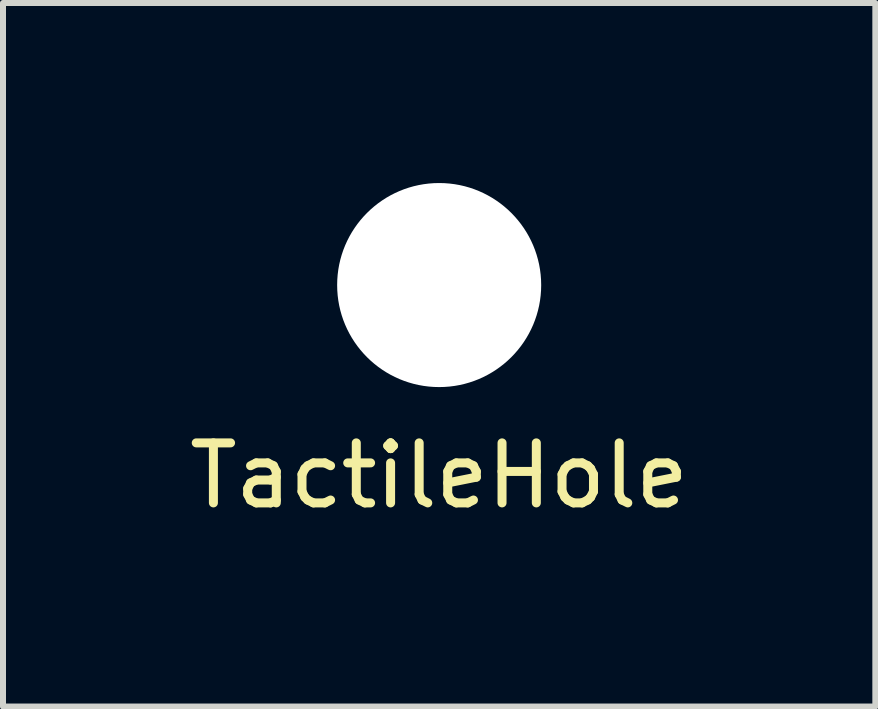
<source format=kicad_pcb>
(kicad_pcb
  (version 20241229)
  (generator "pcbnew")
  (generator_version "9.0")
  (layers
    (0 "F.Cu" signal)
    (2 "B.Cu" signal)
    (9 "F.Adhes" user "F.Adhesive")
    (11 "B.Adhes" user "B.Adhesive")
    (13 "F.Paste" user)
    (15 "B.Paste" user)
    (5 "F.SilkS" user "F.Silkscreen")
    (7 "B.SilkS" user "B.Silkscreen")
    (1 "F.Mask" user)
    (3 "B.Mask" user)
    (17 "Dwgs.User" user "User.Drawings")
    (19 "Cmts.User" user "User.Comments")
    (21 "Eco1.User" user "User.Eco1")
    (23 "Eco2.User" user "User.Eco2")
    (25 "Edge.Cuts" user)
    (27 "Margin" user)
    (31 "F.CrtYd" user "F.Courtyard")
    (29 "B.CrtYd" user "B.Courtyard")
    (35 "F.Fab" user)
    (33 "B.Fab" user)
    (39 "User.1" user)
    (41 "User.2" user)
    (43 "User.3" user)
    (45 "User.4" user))
  (footprint "TactileHole"
    (layer "F.Cu")
    (at 4.268 1.7)
    (property "Reference" "TactileHole" (at 0 3.175 0) (layer "F.SilkS") (effects (font (size 1 1) (thickness 0.15))))
    (attr through_hole)
    (pad "" np_thru_hole circle (at 0 0) (size 3.4 3.4) (drill 3.4) (layers "*.Cu" "*.Mask")))
  (gr_rect
    (start -3 -3)
    (end 11.536 8.723)
    (stroke (width 0.1) (type default))
    (fill no)
    (layer "Edge.Cuts")))
</source>
